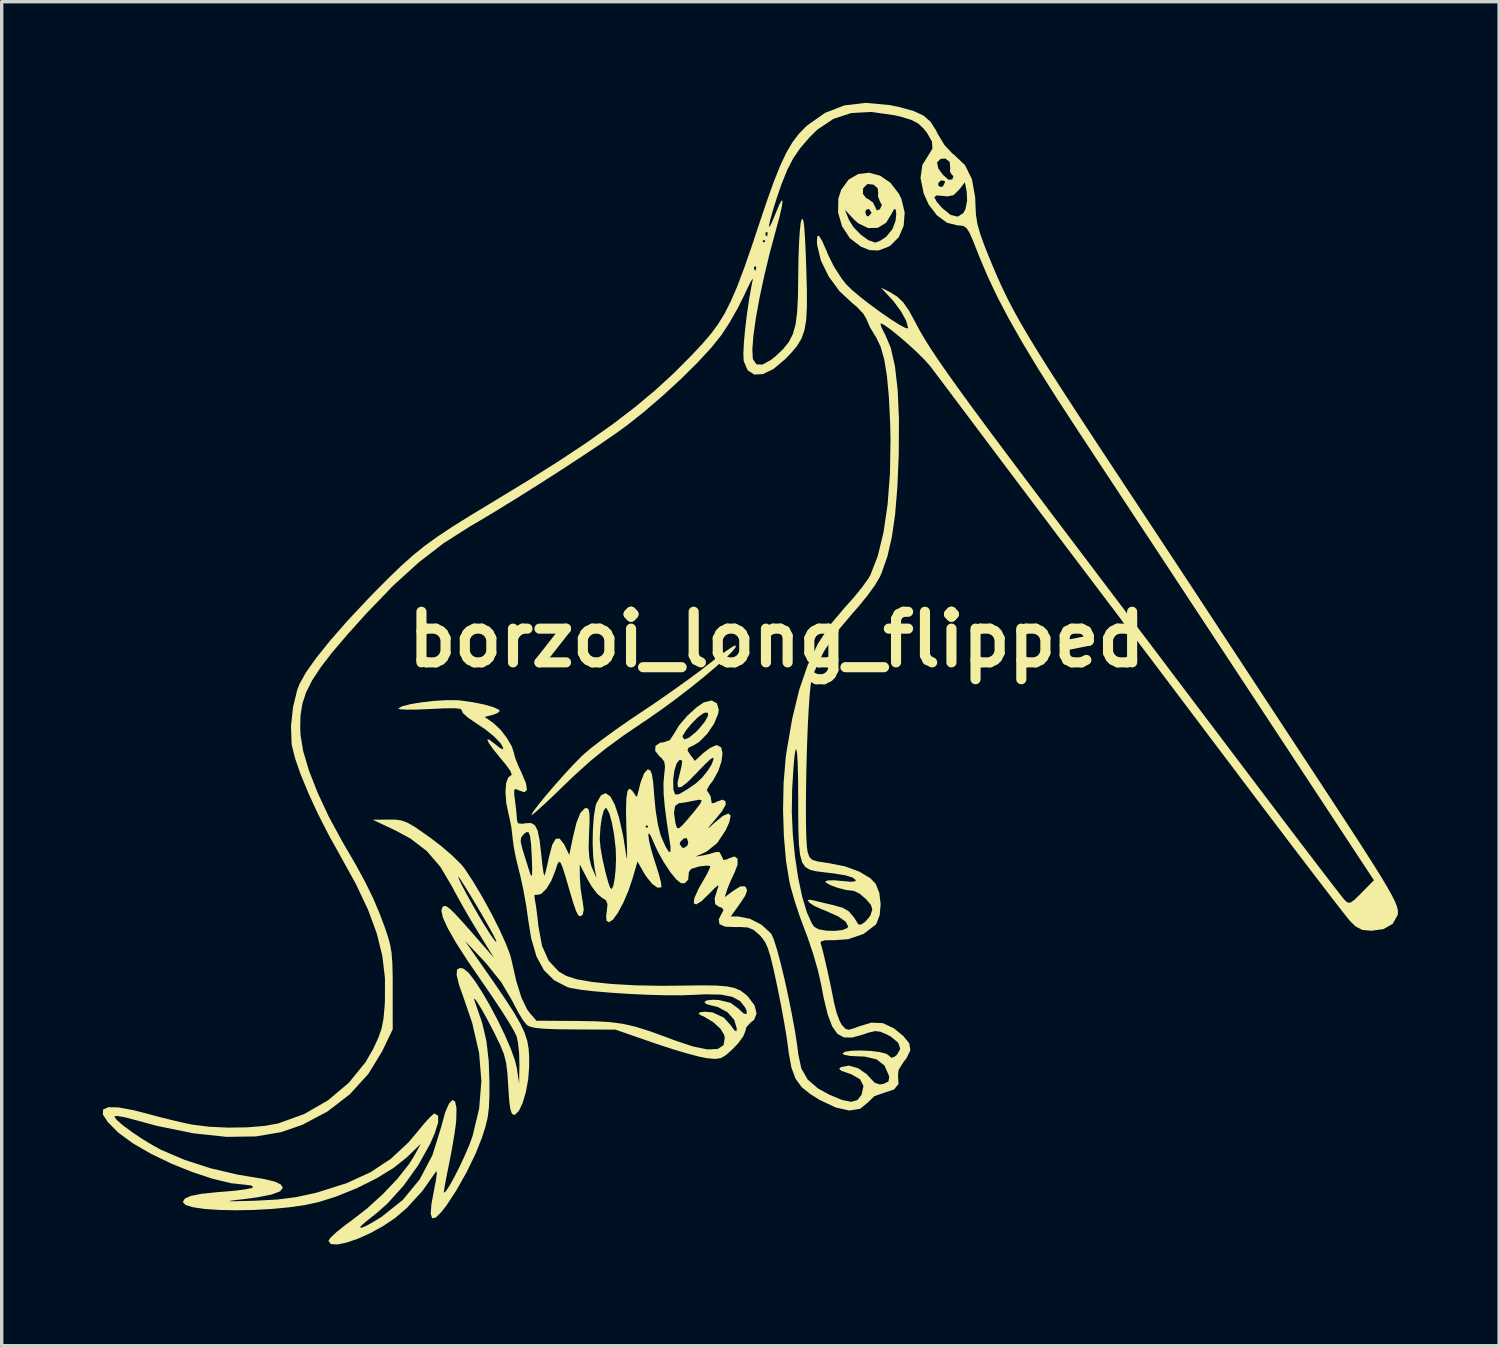
<source format=kicad_pcb>
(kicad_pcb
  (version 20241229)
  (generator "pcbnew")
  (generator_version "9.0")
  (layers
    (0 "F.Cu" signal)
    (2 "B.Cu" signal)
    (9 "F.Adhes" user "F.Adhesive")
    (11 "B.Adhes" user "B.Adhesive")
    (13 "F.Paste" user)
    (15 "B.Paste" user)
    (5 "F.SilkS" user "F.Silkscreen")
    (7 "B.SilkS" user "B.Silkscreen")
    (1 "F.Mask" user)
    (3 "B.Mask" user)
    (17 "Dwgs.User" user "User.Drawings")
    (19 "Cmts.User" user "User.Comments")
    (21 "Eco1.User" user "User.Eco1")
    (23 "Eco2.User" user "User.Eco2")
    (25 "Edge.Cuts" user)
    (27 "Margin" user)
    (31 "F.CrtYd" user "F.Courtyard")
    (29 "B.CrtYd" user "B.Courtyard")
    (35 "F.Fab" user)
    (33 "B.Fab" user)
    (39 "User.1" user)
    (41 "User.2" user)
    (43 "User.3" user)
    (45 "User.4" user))
  (footprint "borzoi_long_flipped"
    (layer "F.Cu")
    (at 19.982 15.911)
    (property "Reference" "borzoi_long_flipped" (at 0 0 0) (layer "F.SilkS") (effects (font (size 1.5 1.5) (thickness 0.3))))
    (attr board_only exclude_from_pos_files exclude_from_bom)
    (fp_poly (pts (xy -1.216 0.224) (xy -1.322 0.359) (xy -1.528 0.562) (xy -1.815 0.819) (xy -2.165 1.113) (xy -2.558 1.43) (xy -2.977 1.752) (xy -3.403 2.066) (xy -3.818 2.355) (xy -3.934 2.433) (xy -4.554 2.854) (xy -5.072 3.234) (xy -5.536 3.611) (xy -5.993 4.023) (xy -6.287 4.304) (xy -6.617 4.624) (xy -6.901 4.891) (xy -7.119 5.089) (xy -7.251 5.198) (xy -7.281 5.212) (xy -7.227 5.111) (xy -7.081 4.915) (xy -6.868 4.653) (xy -6.611 4.351) (xy -6.335 4.039) (xy -6.063 3.744) (xy -5.821 3.496) (xy -5.745 3.422) (xy -5.517 3.227) (xy -5.181 2.969) (xy -4.775 2.673) (xy -4.333 2.366) (xy -4.063 2.185) (xy -3.585 1.864) (xy -3.088 1.518) (xy -2.618 1.182) (xy -2.222 0.888) (xy -2.075 0.773) (xy -1.766 0.534) (xy -1.501 0.34) (xy -1.311 0.213) (xy -1.228 0.173)) (stroke (width 0) (type solid)) (fill yes) (layer "F.SilkS"))
    (fp_poly (pts (xy 3.065 -13.751) (xy 3.369 -13.542) (xy 3.62 -13.217) (xy 3.695 -13.063) (xy 3.792 -12.663) (xy 3.763 -12.271) (xy 3.618 -11.93) (xy 3.371 -11.681) (xy 3.313 -11.647) (xy 3.016 -11.534) (xy 2.749 -11.545) (xy 2.498 -11.645) (xy 2.169 -11.895) (xy 1.936 -12.249) (xy 1.817 -12.658) (xy 1.819 -12.742) (xy 2.02 -12.742) (xy 2.137 -12.446) (xy 2.276 -12.223) (xy 2.487 -12.005) (xy 2.718 -11.838) (xy 2.916 -11.769) (xy 2.922 -11.769) (xy 3.056 -11.817) (xy 3.237 -11.935) (xy 3.245 -11.942) (xy 3.428 -12.166) (xy 3.521 -12.411) (xy 3.543 -12.627) (xy 3.524 -12.752) (xy 3.476 -12.76) (xy 3.418 -12.649) (xy 3.244 -12.358) (xy 2.997 -12.206) (xy 2.711 -12.198) (xy 2.415 -12.34) (xy 2.275 -12.467) (xy 2.098 -12.658) (xy 2.625 -12.658) (xy 2.668 -12.552) (xy 2.716 -12.547) (xy 2.803 -12.634) (xy 2.807 -12.658) (xy 2.741 -12.757) (xy 2.716 -12.768) (xy 2.638 -12.728) (xy 2.625 -12.658) (xy 2.098 -12.658) (xy 2.02 -12.742) (xy 1.819 -12.742) (xy 1.826 -13.076) (xy 1.872 -13.218) (xy 2.553 -13.218) (xy 2.648 -13.087) (xy 2.702 -13.065) (xy 2.852 -12.956) (xy 2.91 -12.842) (xy 2.966 -12.721) (xy 3.05 -12.753) (xy 3.059 -12.761) (xy 3.116 -12.881) (xy 3.06 -12.982) (xy 2.998 -13.146) (xy 3.008 -13.226) (xy 2.993 -13.377) (xy 2.87 -13.486) (xy 2.701 -13.504) (xy 2.678 -13.497) (xy 2.561 -13.381) (xy 2.553 -13.218) (xy 1.872 -13.218) (xy 1.91 -13.334) (xy 2.129 -13.635) (xy 2.415 -13.802) (xy 2.736 -13.839)) (stroke (width 0) (type solid)) (fill yes) (layer "F.SilkS"))
    (fp_poly (pts (xy 3.352 -15.845) (xy 3.64 -15.785) (xy 4.059 -15.669) (xy 4.351 -15.534) (xy 4.559 -15.351) (xy 4.725 -15.09) (xy 4.779 -14.979) (xy 4.974 -14.657) (xy 5.208 -14.408) (xy 5.259 -14.37) (xy 5.581 -14.064) (xy 5.787 -13.648) (xy 5.882 -13.112) (xy 5.89 -12.912) (xy 5.904 -12.605) (xy 5.948 -12.323) (xy 6.035 -12.013) (xy 6.178 -11.624) (xy 6.256 -11.43) (xy 6.407 -11.061) (xy 6.554 -10.719) (xy 6.704 -10.39) (xy 6.865 -10.06) (xy 7.045 -9.717) (xy 7.253 -9.345) (xy 7.497 -8.932) (xy 7.784 -8.463) (xy 8.123 -7.924) (xy 8.523 -7.303) (xy 8.991 -6.584) (xy 9.535 -5.755) (xy 10.164 -4.801) (xy 10.287 -4.614) (xy 10.727 -3.948) (xy 11.183 -3.257) (xy 11.636 -2.57) (xy 12.066 -1.918) (xy 12.452 -1.332) (xy 12.775 -0.841) (xy 12.91 -0.635) (xy 13.168 -0.242) (xy 13.503 0.268) (xy 13.899 0.87) (xy 14.338 1.54) (xy 14.806 2.251) (xy 15.285 2.981) (xy 15.76 3.703) (xy 15.886 3.895) (xy 16.446 4.749) (xy 16.92 5.473) (xy 17.314 6.081) (xy 17.635 6.582) (xy 17.89 6.989) (xy 18.085 7.314) (xy 18.229 7.568) (xy 18.327 7.763) (xy 18.386 7.911) (xy 18.414 8.023) (xy 18.417 8.112) (xy 18.407 8.173) (xy 18.261 8.432) (xy 17.987 8.588) (xy 17.629 8.636) (xy 17.361 8.611) (xy 17.163 8.509) (xy 17.009 8.361) (xy 16.913 8.245) (xy 16.725 8.006) (xy 16.455 7.658) (xy 16.112 7.211) (xy 15.706 6.68) (xy 15.246 6.077) (xy 14.743 5.414) (xy 14.205 4.704) (xy 13.643 3.959) (xy 13.627 3.937) (xy 13.018 3.131) (xy 12.399 2.31) (xy 11.784 1.494) (xy 11.187 0.703) (xy 10.623 -0.044) (xy 10.107 -0.727) (xy 9.655 -1.326) (xy 9.28 -1.822) (xy 9.089 -2.074) (xy 8.617 -2.698) (xy 8.081 -3.408) (xy 7.518 -4.156) (xy 6.963 -4.893) (xy 6.454 -5.57) (xy 6.25 -5.842) (xy 5.863 -6.357) (xy 5.496 -6.846) (xy 5.165 -7.286) (xy 4.887 -7.657) (xy 4.676 -7.936) (xy 4.551 -8.102) (xy 4.548 -8.105) (xy 4.392 -8.283) (xy 4.169 -8.505) (xy 3.907 -8.746) (xy 3.638 -8.979) (xy 3.392 -9.178) (xy 3.198 -9.318) (xy 3.088 -9.373) (xy 3.076 -9.37) (xy 3.092 -9.282) (xy 3.176 -9.108) (xy 3.21 -9.048) (xy 3.379 -8.651) (xy 3.503 -8.103) (xy 3.584 -7.402) (xy 3.622 -6.544) (xy 3.617 -5.525) (xy 3.615 -5.461) (xy 3.575 -4.509) (xy 3.508 -3.705) (xy 3.41 -3.028) (xy 3.278 -2.458) (xy 3.109 -1.976) (xy 3.051 -1.845) (xy 2.912 -1.611) (xy 2.69 -1.304) (xy 2.419 -0.971) (xy 2.238 -0.767) (xy 1.753 -0.19) (xy 1.388 0.37) (xy 1.107 0.967) (xy 1.043 1.137) (xy 1.008 1.318) (xy 0.975 1.639) (xy 0.945 2.073) (xy 0.918 2.59) (xy 0.896 3.163) (xy 0.879 3.763) (xy 0.868 4.36) (xy 0.863 4.928) (xy 0.865 5.437) (xy 0.875 5.858) (xy 0.894 6.164) (xy 0.916 6.308) (xy 0.966 6.447) (xy 1.05 6.531) (xy 1.211 6.582) (xy 1.493 6.624) (xy 1.53 6.629) (xy 2.02 6.726) (xy 2.448 6.883) (xy 2.776 7.08) (xy 2.934 7.246) (xy 3.04 7.514) (xy 3.079 7.844) (xy 3.052 8.169) (xy 2.957 8.42) (xy 2.925 8.462) (xy 2.571 8.732) (xy 2.119 8.886) (xy 1.709 8.916) (xy 1.433 8.918) (xy 1.307 8.954) (xy 1.299 9) (xy 1.343 9.149) (xy 1.41 9.42) (xy 1.49 9.77) (xy 1.574 10.155) (xy 1.652 10.531) (xy 1.699 10.771) (xy 1.774 11.072) (xy 1.871 11.327) (xy 1.935 11.436) (xy 2.038 11.546) (xy 2.142 11.572) (xy 2.311 11.52) (xy 2.406 11.481) (xy 2.803 11.361) (xy 3.145 11.375) (xy 3.474 11.53) (xy 3.747 11.753) (xy 3.928 11.972) (xy 3.961 12.18) (xy 3.846 12.415) (xy 3.761 12.523) (xy 3.61 12.764) (xy 3.594 12.941) (xy 3.609 13.181) (xy 3.473 13.345) (xy 3.206 13.431) (xy 2.891 13.542) (xy 2.701 13.727) (xy 2.47 13.917) (xy 2.15 13.966) (xy 1.748 13.877) (xy 1.268 13.65) (xy 1.001 13.484) (xy 0.739 13.274) (xy 0.556 13.024) (xy 0.434 12.695) (xy 0.352 12.246) (xy 0.337 12.12) (xy 0.292 11.792) (xy 0.218 11.352) (xy 0.127 10.852) (xy 0.026 10.346) (xy 0.005 10.247) (xy -0.101 9.757) (xy -0.187 9.402) (xy -0.265 9.153) (xy -0.344 8.977) (xy -0.435 8.846) (xy -0.509 8.765) (xy -0.687 8.61) (xy -0.859 8.539) (xy -1.1 8.524) (xy -1.205 8.528) (xy -1.529 8.515) (xy -1.699 8.441) (xy -1.721 8.299) (xy -1.651 8.159) (xy -1.579 8.021) (xy -1.626 7.956) (xy -1.708 7.93) (xy -1.827 7.848) (xy -1.843 7.677) (xy -1.758 7.395) (xy -1.731 7.327) (xy -1.742 7.293) (xy -1.842 7.371) (xy -1.984 7.517) (xy -2.228 7.757) (xy -2.39 7.856) (xy -2.463 7.822) (xy -2.443 7.665) (xy -2.322 7.394) (xy -2.196 7.176) (xy -2.064 6.944) (xy -1.986 6.776) (xy -1.976 6.716) (xy -2.076 6.705) (xy -2.275 6.727) (xy -2.323 6.736) (xy -2.54 6.803) (xy -2.611 6.903) (xy -2.609 6.932) (xy -2.628 7.125) (xy -2.734 7.23) (xy -2.842 7.225) (xy -2.981 7.113) (xy -3.162 6.89) (xy -3.355 6.597) (xy -3.533 6.277) (xy -3.65 6.019) (xy -3.742 5.81) (xy -3.795 5.743) (xy -3.809 5.8) (xy -3.788 5.958) (xy -3.732 6.198) (xy -3.644 6.499) (xy -3.591 6.66) (xy -3.495 6.964) (xy -3.434 7.203) (xy -3.421 7.337) (xy -3.426 7.349) (xy -3.539 7.358) (xy -3.699 7.241) (xy -3.874 7.024) (xy -3.949 6.903) (xy -4.13 6.583) (xy -4.274 7.08) (xy -4.402 7.459) (xy -4.555 7.814) (xy -4.714 8.108) (xy -4.86 8.309) (xy -4.974 8.382) (xy -5.049 8.341) (xy -5.059 8.194) (xy -5.041 8.065) (xy -5.02 7.847) (xy -5.068 7.73) (xy -5.179 7.662) (xy -5.321 7.543) (xy -5.488 7.324) (xy -5.606 7.123) (xy -5.842 6.669) (xy -5.84 7.039) (xy -5.819 7.369) (xy -5.769 7.701) (xy -5.759 7.747) (xy -5.723 8.008) (xy -5.755 8.159) (xy -5.76 8.165) (xy -5.825 8.208) (xy -5.885 8.179) (xy -5.951 8.054) (xy -6.035 7.811) (xy -6.147 7.435) (xy -6.268 7.018) (xy -6.354 6.749) (xy -6.415 6.611) (xy -6.462 6.59) (xy -6.507 6.671) (xy -6.561 6.838) (xy -6.568 6.86) (xy -6.685 7.154) (xy -6.834 7.394) (xy -6.987 7.545) (xy -7.116 7.574) (xy -7.129 7.567) (xy -7.187 7.581) (xy -7.173 7.713) (xy -7.14 7.9) (xy -7.102 8.191) (xy -7.067 8.509) (xy -6.96 9.086) (xy -6.762 9.527) (xy -6.466 9.843) (xy -6.245 9.974) (xy -5.933 10.074) (xy -5.473 10.155) (xy -4.888 10.215) (xy -4.198 10.254) (xy -3.424 10.269) (xy -2.794 10.263) (xy -2.226 10.255) (xy -1.798 10.261) (xy -1.482 10.285) (xy -1.251 10.334) (xy -1.075 10.41) (xy -0.926 10.521) (xy -0.85 10.593) (xy -0.659 10.85) (xy -0.599 11.089) (xy -0.675 11.28) (xy -0.762 11.345) (xy -0.898 11.488) (xy -0.931 11.609) (xy -0.99 11.76) (xy -1.14 11.967) (xy -1.287 12.124) (xy -1.497 12.316) (xy -1.655 12.412) (xy -1.825 12.436) (xy -2.063 12.416) (xy -2.299 12.369) (xy -2.65 12.277) (xy -3.074 12.151) (xy -3.526 12.004) (xy -3.633 11.967) (xy -4.784 11.568) (xy -6.019 11.562) (xy -6.537 11.556) (xy -6.91 11.541) (xy -7.165 11.516) (xy -7.326 11.476) (xy -7.41 11.43) (xy -7.52 11.294) (xy -7.669 11.052) (xy -7.826 10.752) (xy -7.846 10.71) (xy -8.172 10.159) (xy -8.617 9.603) (xy -8.689 9.525) (xy -9.25 8.932) (xy -8.776 9.61) (xy -8.36 10.207) (xy -8.033 10.69) (xy -7.783 11.078) (xy -7.601 11.396) (xy -7.476 11.664) (xy -7.398 11.905) (xy -7.357 12.141) (xy -7.342 12.394) (xy -7.342 12.658) (xy -7.371 13.043) (xy -7.439 13.417) (xy -7.535 13.74) (xy -7.647 13.978) (xy -7.764 14.092) (xy -7.792 14.097) (xy -7.853 14.062) (xy -7.897 13.939) (xy -7.931 13.703) (xy -7.958 13.328) (xy -7.963 13.24) (xy -7.989 12.841) (xy -8.027 12.545) (xy -8.092 12.291) (xy -8.202 12.02) (xy -8.373 11.671) (xy -8.414 11.589) (xy -8.598 11.239) (xy -8.757 10.955) (xy -8.88 10.754) (xy -8.957 10.652) (xy -8.976 10.666) (xy -8.933 10.795) (xy -8.735 11.367) (xy -8.608 11.913) (xy -8.541 12.5) (xy -8.521 13.081) (xy -8.521 13.545) (xy -8.537 13.893) (xy -8.574 14.178) (xy -8.641 14.455) (xy -8.743 14.775) (xy -8.744 14.778) (xy -8.94 15.268) (xy -9.202 15.803) (xy -9.496 16.326) (xy -9.792 16.777) (xy -9.944 16.974) (xy -10.114 17.142) (xy -10.22 17.161) (xy -10.262 17.028) (xy -10.24 16.741) (xy -10.166 16.341) (xy -10.108 16.042) (xy -10.081 15.841) (xy -10.089 15.763) (xy -10.107 15.78) (xy -10.503 16.346) (xy -10.969 16.856) (xy -11.317 17.153) (xy -11.674 17.393) (xy -12.051 17.601) (xy -12.422 17.768) (xy -12.759 17.883) (xy -13.035 17.939) (xy -13.222 17.925) (xy -13.293 17.833) (xy -13.293 17.829) (xy -13.227 17.731) (xy -13.051 17.568) (xy -12.797 17.365) (xy -12.636 17.249) (xy -12.149 16.871) (xy -11.673 16.438) (xy -11.247 15.989) (xy -10.908 15.56) (xy -10.758 15.323) (xy -10.553 14.951) (xy -10.97 15.355) (xy -11.357 15.664) (xy -11.866 15.977) (xy -12.454 16.27) (xy -13.077 16.522) (xy -13.589 16.682) (xy -13.993 16.77) (xy -14.467 16.837) (xy -14.985 16.886) (xy -15.52 16.915) (xy -16.045 16.924) (xy -16.535 16.914) (xy -16.963 16.885) (xy -17.302 16.836) (xy -17.527 16.769) (xy -17.611 16.681) (xy -17.611 16.679) (xy -17.553 16.578) (xy -17.372 16.498) (xy -17.054 16.435) (xy -16.583 16.386) (xy -16.437 16.376) (xy -16.072 16.344) (xy -15.774 16.306) (xy -15.581 16.268) (xy -15.529 16.244) (xy -15.568 16.192) (xy -15.722 16.171) (xy -16.179 16.122) (xy -16.731 15.989) (xy -17.337 15.788) (xy -17.958 15.537) (xy -18.551 15.251) (xy -19.078 14.948) (xy -19.496 14.644) (xy -19.542 14.604) (xy -19.837 14.307) (xy -19.944 14.143) (xy -19.643 14.143) (xy -19.575 14.242) (xy -19.393 14.401) (xy -19.131 14.596) (xy -18.823 14.803) (xy -18.501 14.998) (xy -18.246 15.136) (xy -17.559 15.429) (xy -16.78 15.681) (xy -15.984 15.867) (xy -15.661 15.921) (xy -15.199 15.997) (xy -14.888 16.073) (xy -14.71 16.156) (xy -14.648 16.25) (xy -14.647 16.261) (xy -14.731 16.364) (xy -14.982 16.458) (xy -15.397 16.54) (xy -15.777 16.591) (xy -16.06 16.623) (xy -16.217 16.645) (xy -16.24 16.655) (xy -16.119 16.657) (xy -15.846 16.651) (xy -15.452 16.64) (xy -14.805 16.605) (xy -14.246 16.533) (xy -13.696 16.414) (xy -13.606 16.39) (xy -12.758 16.122) (xy -12.046 15.796) (xy -11.442 15.397) (xy -10.916 14.906) (xy -10.663 14.606) (xy -10.454 14.352) (xy -10.279 14.16) (xy -10.167 14.061) (xy -10.15 14.055) (xy -10.042 14.121) (xy -10.04 14.318) (xy -10.143 14.645) (xy -10.278 14.954) (xy -10.632 15.589) (xy -11.068 16.197) (xy -11.544 16.725) (xy -11.83 16.978) (xy -12.106 17.199) (xy -12.271 17.336) (xy -12.346 17.408) (xy -12.351 17.436) (xy -12.308 17.441) (xy -12.307 17.441) (xy -12.196 17.398) (xy -11.988 17.284) (xy -11.728 17.125) (xy -11.715 17.116) (xy -11.091 16.619) (xy -10.59 16.011) (xy -10.21 15.289) (xy -9.948 14.446) (xy -9.943 14.422) (xy -9.831 14.017) (xy -9.718 13.76) (xy -9.616 13.654) (xy -9.538 13.699) (xy -9.497 13.897) (xy -9.504 14.25) (xy -9.517 14.376) (xy -9.561 14.69) (xy -9.63 15.094) (xy -9.71 15.514) (xy -9.732 15.621) (xy -9.799 15.956) (xy -9.848 16.221) (xy -9.871 16.377) (xy -9.871 16.403) (xy -9.812 16.36) (xy -9.704 16.195) (xy -9.563 15.943) (xy -9.408 15.637) (xy -9.255 15.311) (xy -9.121 14.999) (xy -9.024 14.735) (xy -9.023 14.732) (xy -8.825 13.909) (xy -8.759 13.094) (xy -8.827 12.257) (xy -9.031 11.371) (xy -9.271 10.667) (xy -9.422 10.24) (xy -9.492 9.95) (xy -9.481 9.787) (xy -9.39 9.737) (xy -9.282 9.763) (xy -9.141 9.879) (xy -8.953 10.122) (xy -8.734 10.46) (xy -8.501 10.862) (xy -8.27 11.298) (xy -8.059 11.736) (xy -7.882 12.147) (xy -7.758 12.498) (xy -7.707 12.715) (xy -7.641 13.166) (xy -7.631 12.607) (xy -7.64 12.264) (xy -7.675 11.946) (xy -7.716 11.76) (xy -7.796 11.599) (xy -7.956 11.328) (xy -8.179 10.977) (xy -8.448 10.573) (xy -8.703 10.202) (xy -9.161 9.535) (xy -9.511 8.991) (xy -9.756 8.562) (xy -9.9 8.245) (xy -9.946 8.032) (xy -9.91 7.93) (xy -9.862 7.9) (xy -9.798 7.91) (xy -9.702 7.977) (xy -9.558 8.115) (xy -9.349 8.34) (xy -9.058 8.668) (xy -8.785 8.98) (xy -8.385 9.44) (xy -8.856 8.678) (xy -9.096 8.281) (xy -9.339 7.859) (xy -9.547 7.48) (xy -9.622 7.338) (xy -9.805 7.027) (xy -9.444 7.027) (xy -9.428 7.095) (xy -9.341 7.277) (xy -9.202 7.542) (xy -9.026 7.86) (xy -8.831 8.198) (xy -8.657 8.488) (xy -8.491 8.748) (xy -8.372 8.916) (xy -8.313 8.978) (xy -8.324 8.922) (xy -8.391 8.784) (xy -8.513 8.561) (xy -8.677 8.273) (xy -8.864 7.954) (xy -9.053 7.638) (xy -9.225 7.357) (xy -9.359 7.145) (xy -9.435 7.035) (xy -9.444 7.027) (xy -9.805 7.027) (xy -9.975 6.741) (xy -10.375 6.275) (xy -10.857 5.905) (xy -11.303 5.664) (xy -11.98 5.344) (xy -11.507 5.339) (xy -11.289 5.342) (xy -11.112 5.37) (xy -10.935 5.44) (xy -10.717 5.568) (xy -10.419 5.774) (xy -10.279 5.874) (xy -9.935 6.137) (xy -9.616 6.412) (xy -9.366 6.659) (xy -9.262 6.784) (xy -9.005 7.174) (xy -8.735 7.627) (xy -8.471 8.107) (xy -8.233 8.577) (xy -8.04 9.001) (xy -7.909 9.34) (xy -7.871 9.483) (xy -7.724 10.13) (xy -7.571 10.618) (xy -7.409 10.957) (xy -7.327 11.071) (xy -7.127 11.303) (xy -5.913 11.311) (xy -5.378 11.32) (xy -4.944 11.345) (xy -4.564 11.395) (xy -4.189 11.481) (xy -3.772 11.612) (xy -3.265 11.796) (xy -3.047 11.879) (xy -2.487 12.067) (xy -2.055 12.155) (xy -1.752 12.142) (xy -1.58 12.029) (xy -1.542 11.816) (xy -1.559 11.725) (xy -1.672 11.538) (xy -1.89 11.342) (xy -2.159 11.181) (xy -2.244 11.146) (xy -2.321 11.092) (xy -2.27 11.053) (xy -2.13 11.036) (xy -1.943 11.053) (xy -1.89 11.063) (xy -1.57 11.212) (xy -1.377 11.424) (xy -1.256 11.589) (xy -1.199 11.619) (xy -1.185 11.539) (xy -1.262 11.278) (xy -1.464 11.05) (xy -1.747 10.898) (xy -1.867 10.869) (xy -2.084 10.813) (xy -2.149 10.751) (xy -2.078 10.701) (xy -1.887 10.681) (xy -1.706 10.692) (xy -1.372 10.773) (xy -1.142 10.941) (xy -1.133 10.951) (xy -0.982 11.09) (xy -0.894 11.106) (xy -0.895 11.003) (xy -0.937 10.912) (xy -1.089 10.72) (xy -1.319 10.595) (xy -1.652 10.53) (xy -2.109 10.52) (xy -2.429 10.536) (xy -2.822 10.55) (xy -3.303 10.549) (xy -3.838 10.534) (xy -4.392 10.508) (xy -4.933 10.472) (xy -5.424 10.43) (xy -5.832 10.382) (xy -6.122 10.331) (xy -6.213 10.305) (xy -6.602 10.103) (xy -6.902 9.808) (xy -7.125 9.401) (xy -7.282 8.864) (xy -7.366 8.342) (xy -7.431 7.887) (xy -7.518 7.405) (xy -7.611 6.98) (xy -7.641 6.863) (xy -7.73 6.502) (xy -7.798 6.157) (xy -7.821 5.982) (xy -7.594 5.982) (xy -7.555 6.168) (xy -7.496 6.363) (xy -7.411 6.632) (xy -7.344 6.843) (xy -7.32 6.921) (xy -7.279 7.017) (xy -7.258 6.977) (xy -7.253 6.789) (xy -7.264 6.456) (xy -7.286 6.068) (xy -7.316 5.828) (xy -7.36 5.716) (xy -7.427 5.712) (xy -7.506 5.776) (xy -7.578 5.868) (xy -7.594 5.982) (xy -7.821 5.982) (xy -7.832 5.897) (xy -7.833 5.884) (xy -7.87 5.565) (xy -7.938 5.237) (xy -7.946 5.207) (xy -8.02 4.858) (xy -8.045 4.528) (xy -8.025 4.257) (xy -7.96 4.086) (xy -7.904 4.049) (xy -7.857 4.005) (xy -7.901 3.894) (xy -8.046 3.696) (xy -8.196 3.516) (xy -8.411 3.251) (xy -8.543 3.062) (xy -8.585 2.962) (xy -8.531 2.967) (xy -8.404 3.064) (xy -8.204 3.22) (xy -8.109 3.259) (xy -8.126 3.181) (xy -8.198 3.068) (xy -8.37 2.886) (xy -8.632 2.673) (xy -8.893 2.496) (xy -9.151 2.322) (xy -9.309 2.181) (xy -9.343 2.096) (xy -9.375 2.057) (xy -9.541 2.039) (xy -9.852 2.041) (xy -10.279 2.061) (xy -10.664 2.078) (xy -10.97 2.08) (xy -11.168 2.069) (xy -11.226 2.045) (xy -11.11 1.981) (xy -10.866 1.918) (xy -10.539 1.864) (xy -10.171 1.822) (xy -9.805 1.799) (xy -9.483 1.801) (xy -9.387 1.808) (xy -9.012 1.86) (xy -8.671 1.929) (xy -8.402 2.007) (xy -8.241 2.081) (xy -8.213 2.121) (xy -8.285 2.184) (xy -8.437 2.239) (xy -8.662 2.296) (xy -8.399 2.481) (xy -8.198 2.668) (xy -8.004 2.918) (xy -7.855 3.173) (xy -7.79 3.377) (xy -7.789 3.39) (xy -7.754 3.52) (xy -7.663 3.745) (xy -7.57 3.945) (xy -7.436 4.265) (xy -7.407 4.461) (xy -7.481 4.529) (xy -7.638 4.478) (xy -7.743 4.431) (xy -7.787 4.463) (xy -7.783 4.606) (xy -7.76 4.786) (xy -7.727 5.06) (xy -7.707 5.283) (xy -7.705 5.344) (xy -7.674 5.449) (xy -7.55 5.465) (xy -7.458 5.45) (xy -7.293 5.44) (xy -7.174 5.505) (xy -7.091 5.667) (xy -7.032 5.951) (xy -6.984 6.375) (xy -6.951 6.679) (xy -6.92 6.901) (xy -6.895 7.002) (xy -6.89 7.003) (xy -6.859 6.91) (xy -6.807 6.698) (xy -6.749 6.428) (xy -6.657 6.085) (xy -6.554 5.91) (xy -6.439 5.903) (xy -6.311 6.064) (xy -6.274 6.137) (xy -6.153 6.389) (xy -6.046 5.869) (xy -5.938 5.426) (xy -5.823 5.143) (xy -5.699 5.009) (xy -5.638 4.995) (xy -5.583 5.031) (xy -5.555 5.156) (xy -5.551 5.398) (xy -5.566 5.736) (xy -5.579 6.17) (xy -5.558 6.481) (xy -5.5 6.716) (xy -5.477 6.773) (xy -5.346 7.07) (xy -5.403 6.773) (xy -5.444 6.443) (xy -5.46 6.041) (xy -5.458 5.93) (xy -5.248 5.93) (xy -5.226 6.177) (xy -5.166 6.517) (xy -5.084 6.884) (xy -4.995 7.208) (xy -4.939 7.366) (xy -4.892 7.398) (xy -4.846 7.296) (xy -4.807 7.093) (xy -4.779 6.823) (xy -4.767 6.523) (xy -4.775 6.225) (xy -4.779 6.181) (xy -4.826 5.773) (xy -4.891 5.421) (xy -4.966 5.156) (xy -5.041 5.012) (xy -5.073 4.995) (xy -5.131 5.072) (xy -5.185 5.273) (xy -5.227 5.553) (xy -5.248 5.866) (xy -5.248 5.93) (xy -5.458 5.93) (xy -5.452 5.621) (xy -5.423 5.236) (xy -5.374 4.94) (xy -5.344 4.847) (xy -5.211 4.62) (xy -5.074 4.557) (xy -4.937 4.651) (xy -4.803 4.897) (xy -4.675 5.29) (xy -4.556 5.822) (xy -4.451 6.477) (xy -4.441 6.493) (xy -4.439 6.363) (xy -4.443 6.107) (xy -4.454 5.75) (xy -4.459 5.619) (xy -4.461 5.546) (xy -3.895 5.546) (xy -3.852 5.588) (xy -3.81 5.546) (xy -3.852 5.503) (xy -3.895 5.546) (xy -4.461 5.546) (xy -4.471 5.081) (xy -4.46 4.706) (xy -4.425 4.487) (xy -4.363 4.419) (xy -4.275 4.496) (xy -4.241 4.549) (xy -4.168 4.652) (xy -4.144 4.657) (xy -4.036 4.23) (xy -3.933 3.966) (xy -3.833 3.856) (xy -3.81 3.852) (xy -3.746 3.887) (xy -3.7 4.01) (xy -3.664 4.247) (xy -3.634 4.625) (xy -3.632 4.657) (xy -3.589 5.089) (xy -3.524 5.489) (xy -3.446 5.795) (xy -3.429 5.842) (xy -3.299 6.138) (xy -3.205 6.292) (xy -3.154 6.299) (xy -3.151 6.153) (xy -3.164 6.063) (xy -2.879 6.063) (xy -2.811 6.167) (xy -2.752 6.181) (xy -2.648 6.11) (xy -2.625 6.014) (xy -2.666 5.893) (xy -2.752 5.896) (xy -2.864 6.003) (xy -2.879 6.063) (xy -3.164 6.063) (xy -3.165 6.054) (xy -3.26 5.429) (xy -3.297 5.142) (xy -3.049 5.142) (xy -3.003 5.451) (xy -2.994 5.485) (xy -2.957 5.587) (xy -2.903 5.599) (xy -2.799 5.509) (xy -2.635 5.324) (xy -2.449 5.102) (xy -2.304 4.917) (xy -2.253 4.842) (xy -2.228 4.763) (xy -2.308 4.751) (xy -2.465 4.781) (xy -2.706 4.829) (xy -2.895 4.854) (xy -2.9 4.854) (xy -3.013 4.934) (xy -3.049 5.142) (xy -3.297 5.142) (xy -3.323 4.942) (xy -3.355 4.564) (xy -3.36 4.267) (xy -3.351 4.161) (xy -3.072 4.161) (xy -3.067 4.425) (xy -3.061 4.464) (xy -3.016 4.594) (xy -2.912 4.59) (xy -2.848 4.559) (xy -2.66 4.447) (xy -2.431 4.289) (xy -2.392 4.261) (xy -2.213 4.095) (xy -2.047 3.889) (xy -1.924 3.69) (xy -1.875 3.542) (xy -1.888 3.503) (xy -1.958 3.542) (xy -2.11 3.681) (xy -2.313 3.89) (xy -2.353 3.934) (xy -2.638 4.224) (xy -2.831 4.373) (xy -2.933 4.381) (xy -2.943 4.247) (xy -2.931 4.191) (xy -2.868 3.934) (xy -2.824 3.757) (xy -2.805 3.599) (xy -2.866 3.567) (xy -2.888 3.573) (xy -2.972 3.677) (xy -3.037 3.893) (xy -3.072 4.161) (xy -3.351 4.161) (xy -3.341 4.038) (xy -3.314 3.776) (xy -3.337 3.62) (xy -3.422 3.511) (xy -3.475 3.469) (xy -3.607 3.302) (xy -3.595 3.15) (xy -3.45 3.058) (xy -3.357 3.048) (xy -3.173 2.987) (xy -3.106 2.885) (xy -2.794 2.885) (xy -2.745 2.963) (xy -2.611 2.917) (xy -2.412 2.756) (xy -2.317 2.661) (xy -2.137 2.442) (xy -2.042 2.271) (xy -2.039 2.172) (xy -2.135 2.17) (xy -2.192 2.196) (xy -2.347 2.314) (xy -2.527 2.495) (xy -2.687 2.689) (xy -2.784 2.844) (xy -2.794 2.885) (xy -3.106 2.885) (xy -3.051 2.801) (xy -2.894 2.542) (xy -2.647 2.256) (xy -2.367 2.002) (xy -2.162 1.864) (xy -1.934 1.808) (xy -1.776 1.892) (xy -1.72 2.088) (xy -1.736 2.195) (xy -1.859 2.495) (xy -2.062 2.795) (xy -2.298 3.035) (xy -2.459 3.134) (xy -2.621 3.213) (xy -2.647 3.292) (xy -2.566 3.417) (xy -2.429 3.599) (xy -2.179 3.366) (xy -1.98 3.216) (xy -1.801 3.136) (xy -1.769 3.133) (xy -1.649 3.199) (xy -1.609 3.374) (xy -1.641 3.621) (xy -1.738 3.904) (xy -1.893 4.184) (xy -2.005 4.331) (xy -2.076 4.469) (xy -2.038 4.526) (xy -1.962 4.649) (xy -1.947 4.747) (xy -1.928 4.859) (xy -1.839 4.842) (xy -1.78 4.808) (xy -1.608 4.75) (xy -1.524 4.792) (xy -1.513 4.896) (xy -1.619 5.083) (xy -1.792 5.298) (xy -1.968 5.506) (xy -2.035 5.594) (xy -1.998 5.572) (xy -1.859 5.445) (xy -1.854 5.44) (xy -1.597 5.23) (xy -1.433 5.158) (xy -1.368 5.221) (xy -1.407 5.414) (xy -1.515 5.655) (xy -1.766 6.035) (xy -2.076 6.285) (xy -2.203 6.347) (xy -2.413 6.438) (xy -2.201 6.405) (xy -1.971 6.353) (xy -1.836 6.308) (xy -1.703 6.298) (xy -1.637 6.419) (xy -1.579 6.54) (xy -1.47 6.518) (xy -1.433 6.496) (xy -1.256 6.433) (xy -1.163 6.501) (xy -1.163 6.677) (xy -1.252 6.911) (xy -1.373 7.168) (xy -1.465 7.395) (xy -1.479 7.438) (xy -1.541 7.638) (xy -1.278 7.443) (xy -1.083 7.323) (xy -0.961 7.315) (xy -0.915 7.348) (xy -0.88 7.443) (xy -0.937 7.597) (xy -1.09 7.83) (xy -1.365 8.213) (xy -1.14 8.213) (xy -0.794 8.281) (xy -0.448 8.461) (xy -0.178 8.71) (xy -0.161 8.732) (xy -0.088 8.896) (xy 0.007 9.196) (xy 0.115 9.599) (xy 0.23 10.075) (xy 0.343 10.592) (xy 0.449 11.118) (xy 0.541 11.621) (xy 0.61 12.07) (xy 0.638 12.299) (xy 0.728 12.72) (xy 0.915 13.047) (xy 1.225 13.314) (xy 1.565 13.5) (xy 1.942 13.656) (xy 2.209 13.708) (xy 2.392 13.655) (xy 2.513 13.498) (xy 2.516 13.493) (xy 2.57 13.239) (xy 2.468 13.039) (xy 2.206 12.889) (xy 2.11 12.857) (xy 1.907 12.785) (xy 1.85 12.728) (xy 1.903 12.679) (xy 2.139 12.635) (xy 2.412 12.712) (xy 2.666 12.889) (xy 2.741 12.972) (xy 2.904 13.144) (xy 3.054 13.193) (xy 3.157 13.178) (xy 3.311 13.106) (xy 3.333 12.971) (xy 3.325 12.933) (xy 3.193 12.633) (xy 2.96 12.449) (xy 2.607 12.367) (xy 2.441 12.361) (xy 2.176 12.348) (xy 1.997 12.314) (xy 1.947 12.277) (xy 2.023 12.223) (xy 2.218 12.194) (xy 2.485 12.186) (xy 2.776 12.199) (xy 3.043 12.231) (xy 3.238 12.281) (xy 3.304 12.321) (xy 3.4 12.404) (xy 3.502 12.365) (xy 3.565 12.31) (xy 3.662 12.138) (xy 3.599 11.955) (xy 3.382 11.775) (xy 3.253 11.706) (xy 3.069 11.629) (xy 2.916 11.612) (xy 2.724 11.655) (xy 2.532 11.721) (xy 2.232 11.803) (xy 1.992 11.799) (xy 1.8 11.695) (xy 1.644 11.475) (xy 1.511 11.125) (xy 1.391 10.63) (xy 1.314 10.227) (xy 1.219 9.809) (xy 1.078 9.319) (xy 0.916 8.838) (xy 0.847 8.658) (xy 0.685 8.224) (xy 0.533 7.764) (xy 0.414 7.351) (xy 0.376 7.194) (xy 0.274 6.566) (xy 0.21 5.831) (xy 0.188 5.122) (xy 0.445 5.122) (xy 0.475 5.783) (xy 0.54 6.441) (xy 0.634 7.064) (xy 0.752 7.622) (xy 0.89 8.085) (xy 1.042 8.422) (xy 1.111 8.521) (xy 1.246 8.594) (xy 1.466 8.633) (xy 1.717 8.64) (xy 1.943 8.615) (xy 2.089 8.559) (xy 2.117 8.511) (xy 2.043 8.366) (xy 1.819 8.21) (xy 1.435 8.038) (xy 1.333 8) (xy 1.12 7.904) (xy 0.973 7.809) (xy 0.916 7.738) (xy 0.969 7.713) (xy 1.079 7.734) (xy 1.244 7.775) (xy 1.503 7.836) (xy 1.676 7.876) (xy 1.952 7.954) (xy 2.139 8.063) (xy 2.296 8.25) (xy 2.418 8.447) (xy 2.499 8.455) (xy 2.626 8.367) (xy 2.748 8.224) (xy 2.784 8.159) (xy 2.832 8.003) (xy 2.79 7.869) (xy 2.647 7.698) (xy 2.459 7.539) (xy 2.286 7.455) (xy 2.254 7.451) (xy 2.049 7.426) (xy 1.809 7.364) (xy 1.594 7.286) (xy 1.459 7.209) (xy 1.439 7.177) (xy 1.516 7.143) (xy 1.72 7.141) (xy 1.917 7.159) (xy 2.204 7.184) (xy 2.335 7.166) (xy 2.339 7.13) (xy 2.243 7.056) (xy 2.038 6.994) (xy 1.702 6.938) (xy 1.399 6.902) (xy 1.162 6.872) (xy 0.98 6.827) (xy 0.845 6.745) (xy 0.751 6.606) (xy 0.691 6.39) (xy 0.656 6.075) (xy 0.64 5.643) (xy 0.635 5.071) (xy 0.635 4.74) (xy 0.631 4.129) (xy 0.62 3.676) (xy 0.602 3.383) (xy 0.579 3.251) (xy 0.553 3.282) (xy 0.523 3.477) (xy 0.492 3.838) (xy 0.46 4.367) (xy 0.454 4.487) (xy 0.445 5.122) (xy 0.188 5.122) (xy 0.186 5.042) (xy 0.202 4.258) (xy 0.261 3.534) (xy 0.288 3.328) (xy 0.46 2.337) (xy 0.666 1.488) (xy 0.916 0.759) (xy 1.22 0.124) (xy 1.588 -0.441) (xy 2.013 -0.944) (xy 2.287 -1.25) (xy 2.533 -1.553) (xy 2.715 -1.807) (xy 2.772 -1.905) (xy 2.991 -2.465) (xy 3.163 -3.17) (xy 3.285 -4) (xy 3.356 -4.935) (xy 3.372 -5.956) (xy 3.361 -6.429) (xy 3.323 -7.195) (xy 3.266 -7.811) (xy 3.187 -8.298) (xy 3.081 -8.675) (xy 2.945 -8.961) (xy 2.898 -9.032) (xy 2.76 -9.263) (xy 2.668 -9.48) (xy 2.666 -9.488) (xy 2.568 -9.657) (xy 2.38 -9.857) (xy 2.258 -9.957) (xy 1.865 -10.321) (xy 1.539 -10.764) (xy 1.307 -11.239) (xy 1.195 -11.701) (xy 1.189 -11.807) (xy 1.203 -11.962) (xy 1.254 -11.967) (xy 1.345 -11.818) (xy 1.48 -11.511) (xy 1.52 -11.41) (xy 1.694 -11.059) (xy 1.924 -10.701) (xy 2.056 -10.534) (xy 2.225 -10.368) (xy 2.467 -10.163) (xy 2.756 -9.939) (xy 3.061 -9.714) (xy 3.356 -9.51) (xy 3.611 -9.347) (xy 3.799 -9.244) (xy 3.89 -9.222) (xy 3.895 -9.233) (xy 3.838 -9.446) (xy 3.686 -9.724) (xy 3.47 -10.018) (xy 3.392 -10.106) (xy 3.09 -10.433) (xy 3.345 -10.305) (xy 3.564 -10.172) (xy 3.746 -9.999) (xy 3.921 -9.748) (xy 4.122 -9.378) (xy 4.133 -9.356) (xy 4.247 -9.143) (xy 4.389 -8.902) (xy 4.565 -8.622) (xy 4.784 -8.293) (xy 5.053 -7.905) (xy 5.379 -7.449) (xy 5.768 -6.913) (xy 6.229 -6.289) (xy 6.769 -5.565) (xy 7.394 -4.732) (xy 8.112 -3.779) (xy 8.467 -3.31) (xy 9.118 -2.449) (xy 9.839 -1.496) (xy 10.602 -0.486) (xy 11.383 0.547) (xy 12.156 1.571) (xy 12.896 2.55) (xy 13.577 3.451) (xy 13.999 4.009) (xy 14.518 4.695) (xy 15.009 5.344) (xy 15.463 5.941) (xy 15.87 6.475) (xy 16.219 6.931) (xy 16.5 7.297) (xy 16.703 7.559) (xy 16.819 7.704) (xy 16.838 7.726) (xy 16.925 7.8) (xy 17.01 7.802) (xy 17.132 7.715) (xy 17.329 7.522) (xy 17.343 7.507) (xy 17.705 7.138) (xy 14.116 1.685) (xy 13.495 0.742) (xy 12.864 -0.217) (xy 12.233 -1.175) (xy 11.616 -2.113) (xy 11.024 -3.012) (xy 10.468 -3.855) (xy 9.962 -4.624) (xy 9.516 -5.3) (xy 9.143 -5.866) (xy 8.936 -6.181) (xy 8.293 -7.167) (xy 7.743 -8.038) (xy 7.275 -8.814) (xy 6.879 -9.512) (xy 6.543 -10.152) (xy 6.258 -10.752) (xy 6.012 -11.333) (xy 5.965 -11.451) (xy 5.82 -11.819) (xy 5.715 -12.058) (xy 5.629 -12.194) (xy 5.543 -12.258) (xy 5.435 -12.276) (xy 5.365 -12.277) (xy 5.049 -12.356) (xy 4.75 -12.574) (xy 4.5 -12.901) (xy 4.404 -13.115) (xy 4.671 -13.115) (xy 4.739 -12.982) (xy 4.902 -12.794) (xy 5.151 -12.59) (xy 5.365 -12.538) (xy 5.53 -12.641) (xy 5.596 -12.763) (xy 5.643 -13.015) (xy 5.631 -13.276) (xy 5.578 -13.557) (xy 5.401 -13.331) (xy 5.241 -13.175) (xy 5.059 -13.138) (xy 4.94 -13.151) (xy 4.738 -13.167) (xy 4.671 -13.115) (xy 4.404 -13.115) (xy 4.357 -13.219) (xy 4.292 -13.537) (xy 4.789 -13.537) (xy 4.792 -13.449) (xy 4.882 -13.413) (xy 4.936 -13.453) (xy 4.988 -13.562) (xy 4.974 -13.596) (xy 4.872 -13.613) (xy 4.789 -13.537) (xy 4.292 -13.537) (xy 4.262 -13.684) (xy 4.316 -14.071) (xy 4.36 -14.142) (xy 4.751 -14.142) (xy 4.792 -13.961) (xy 4.932 -13.77) (xy 5.092 -13.631) (xy 5.2 -13.639) (xy 5.207 -13.647) (xy 5.24 -13.743) (xy 5.195 -13.773) (xy 5.136 -13.871) (xy 5.143 -13.983) (xy 5.125 -14.163) (xy 4.996 -14.261) (xy 4.855 -14.249) (xy 4.751 -14.142) (xy 4.36 -14.142) (xy 4.497 -14.361) (xy 4.614 -14.553) (xy 4.601 -14.764) (xy 4.452 -15.024) (xy 4.351 -15.151) (xy 4.196 -15.297) (xy 3.988 -15.406) (xy 3.679 -15.5) (xy 3.5 -15.542) (xy 2.807 -15.642) (xy 2.206 -15.609) (xy 1.679 -15.436) (xy 1.207 -15.121) (xy 0.968 -14.887) (xy 0.699 -14.574) (xy 0.488 -14.267) (xy 0.309 -13.921) (xy 0.136 -13.489) (xy 0.002 -13.097) (xy -0.119 -12.713) (xy -0.197 -12.433) (xy -0.23 -12.268) (xy -0.219 -12.231) (xy -0.161 -12.331) (xy -0.056 -12.581) (xy -0.041 -12.619) (xy 0.076 -12.898) (xy 0.147 -13.021) (xy 0.171 -12.997) (xy 0.149 -12.831) (xy 0.081 -12.532) (xy -0.017 -12.171) (xy -0.208 -11.463) (xy -0.375 -10.768) (xy -0.515 -10.111) (xy -0.623 -9.514) (xy -0.694 -9.003) (xy -0.725 -8.602) (xy -0.711 -8.335) (xy -0.706 -8.312) (xy -0.605 -8.159) (xy -0.425 -8.151) (xy -0.176 -8.286) (xy -0.04 -8.395) (xy 0.186 -8.609) (xy 0.356 -8.819) (xy 0.476 -9.054) (xy 0.557 -9.342) (xy 0.604 -9.712) (xy 0.628 -10.195) (xy 0.636 -10.795) (xy 0.643 -11.296) (xy 0.659 -11.745) (xy 0.682 -12.108) (xy 0.71 -12.356) (xy 0.73 -12.439) (xy 0.763 -12.474) (xy 0.791 -12.404) (xy 0.815 -12.215) (xy 0.837 -11.894) (xy 0.859 -11.427) (xy 0.874 -11.003) (xy 0.892 -10.36) (xy 0.893 -9.858) (xy 0.871 -9.469) (xy 0.819 -9.166) (xy 0.731 -8.92) (xy 0.6 -8.703) (xy 0.42 -8.489) (xy 0.246 -8.309) (xy -0.099 -8.02) (xy -0.409 -7.869) (xy -0.668 -7.856) (xy -0.863 -7.982) (xy -0.978 -8.249) (xy -0.982 -8.269) (xy -0.991 -8.474) (xy -0.975 -8.805) (xy -0.937 -9.217) (xy -0.882 -9.67) (xy -0.815 -10.122) (xy -0.741 -10.53) (xy -0.712 -10.668) (xy -0.72 -10.694) (xy -0.784 -10.587) (xy -0.892 -10.368) (xy -0.956 -10.228) (xy -1.155 -9.828) (xy -1.398 -9.401) (xy -1.632 -9.039) (xy -1.635 -9.035) (xy -1.938 -8.657) (xy -2.35 -8.21) (xy -2.841 -7.724) (xy -3.381 -7.227) (xy -3.94 -6.747) (xy -4.431 -6.357) (xy -4.776 -6.107) (xy -5.237 -5.789) (xy -5.787 -5.422) (xy -6.395 -5.024) (xy -7.034 -4.615) (xy -7.674 -4.212) (xy -8.287 -3.834) (xy -8.843 -3.5) (xy -9.104 -3.348) (xy -9.871 -2.86) (xy -10.617 -2.285) (xy -11.372 -1.599) (xy -12.161 -0.78) (xy -12.167 -0.774) (xy -12.726 -0.152) (xy -13.173 0.372) (xy -13.52 0.82) (xy -13.777 1.212) (xy -13.956 1.567) (xy -14.067 1.907) (xy -14.122 2.251) (xy -14.131 2.619) (xy -14.121 2.83) (xy -14.043 3.308) (xy -13.87 3.89) (xy -13.613 4.546) (xy -13.285 5.249) (xy -12.896 5.969) (xy -12.816 6.105) (xy -12.466 6.708) (xy -12.191 7.216) (xy -11.969 7.671) (xy -11.779 8.118) (xy -11.632 8.509) (xy -11.533 8.797) (xy -11.465 9.043) (xy -11.422 9.292) (xy -11.399 9.586) (xy -11.389 9.972) (xy -11.388 10.372) (xy -11.388 11.557) (xy -11.698 12.206) (xy -12.111 12.882) (xy -12.66 13.485) (xy -13.32 13.994) (xy -14.065 14.389) (xy -14.697 14.608) (xy -15.45 14.735) (xy -16.317 14.747) (xy -17.292 14.643) (xy -18.367 14.424) (xy -19.071 14.234) (xy -19.351 14.162) (xy -19.555 14.128) (xy -19.642 14.139) (xy -19.643 14.143) (xy -19.944 14.143) (xy -19.982 14.085) (xy -19.976 13.938) (xy -19.821 13.868) (xy -19.517 13.874) (xy -19.066 13.958) (xy -18.735 14.043) (xy -18.302 14.158) (xy -17.869 14.266) (xy -17.498 14.351) (xy -17.32 14.386) (xy -16.832 14.447) (xy -16.273 14.473) (xy -15.704 14.465) (xy -15.185 14.422) (xy -14.792 14.352) (xy -14.013 14.071) (xy -13.304 13.662) (xy -12.689 13.143) (xy -12.194 12.534) (xy -11.969 12.143) (xy -11.816 11.814) (xy -11.719 11.539) (xy -11.662 11.25) (xy -11.628 10.883) (xy -11.619 10.715) (xy -11.618 10.038) (xy -11.696 9.38) (xy -11.861 8.713) (xy -12.121 8.009) (xy -12.484 7.242) (xy -12.957 6.387) (xy -13.294 5.782) (xy -13.609 5.161) (xy -13.888 4.556) (xy -14.118 3.997) (xy -14.286 3.515) (xy -14.379 3.141) (xy -14.386 3.095) (xy -14.404 2.568) (xy -14.344 2.006) (xy -14.218 1.492) (xy -14.149 1.314) (xy -13.959 0.974) (xy -13.651 0.54) (xy -13.236 0.025) (xy -12.728 -0.555) (xy -12.137 -1.186) (xy -11.946 -1.383) (xy -11.51 -1.822) (xy -11.132 -2.187) (xy -10.783 -2.499) (xy -10.432 -2.782) (xy -10.049 -3.058) (xy -9.605 -3.352) (xy -9.069 -3.686) (xy -8.507 -4.026) (xy -7.415 -4.69) (xy -6.457 -5.294) (xy -5.616 -5.852) (xy -4.874 -6.377) (xy -4.212 -6.883) (xy -3.612 -7.384) (xy -3.057 -7.892) (xy -2.529 -8.422) (xy -2.201 -8.773) (xy -1.958 -9.056) (xy -1.744 -9.344) (xy -1.549 -9.661) (xy -1.362 -10.031) (xy -1.17 -10.476) (xy -0.97 -11.007) (xy -0.677 -11.007) (xy -0.646 -10.937) (xy -0.621 -10.95) (xy -0.611 -11.051) (xy -0.621 -11.063) (xy -0.671 -11.051) (xy -0.677 -11.007) (xy -0.97 -11.007) (xy -0.964 -11.022) (xy -0.732 -11.691) (xy -0.692 -11.811) (xy -0.423 -11.811) (xy -0.381 -11.769) (xy -0.339 -11.811) (xy -0.381 -11.853) (xy -0.423 -11.811) (xy -0.692 -11.811) (xy -0.622 -12.023) (xy -0.339 -12.023) (xy -0.308 -11.953) (xy -0.282 -11.966) (xy -0.272 -12.067) (xy -0.282 -12.079) (xy -0.333 -12.067) (xy -0.339 -12.023) (xy -0.622 -12.023) (xy -0.549 -12.243) (xy -0.3 -12.982) (xy -0.086 -13.58) (xy 0.105 -14.057) (xy 0.284 -14.435) (xy 0.46 -14.736) (xy 0.644 -14.98) (xy 0.847 -15.19) (xy 0.912 -15.249) (xy 1.434 -15.616) (xy 2.005 -15.836) (xy 2.639 -15.911)) (stroke (width 0) (type solid)) (fill yes) (layer "F.SilkS")))
  (gr_rect
    (start -3 -3)
    (end 41.399 36.85)
    (stroke (width 0.1) (type default))
    (fill no)
    (layer "Edge.Cuts")))
</source>
